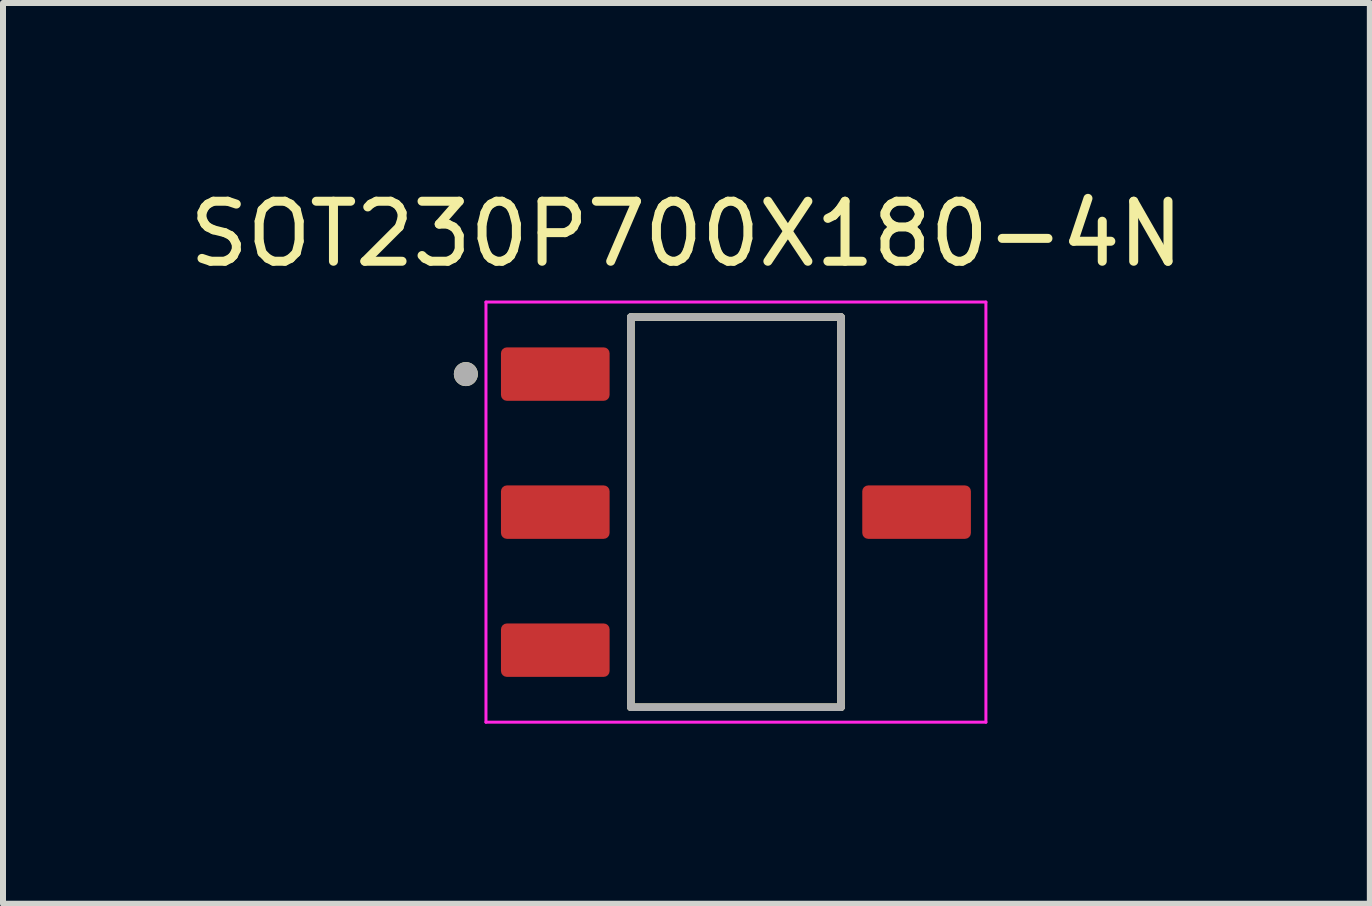
<source format=kicad_pcb>
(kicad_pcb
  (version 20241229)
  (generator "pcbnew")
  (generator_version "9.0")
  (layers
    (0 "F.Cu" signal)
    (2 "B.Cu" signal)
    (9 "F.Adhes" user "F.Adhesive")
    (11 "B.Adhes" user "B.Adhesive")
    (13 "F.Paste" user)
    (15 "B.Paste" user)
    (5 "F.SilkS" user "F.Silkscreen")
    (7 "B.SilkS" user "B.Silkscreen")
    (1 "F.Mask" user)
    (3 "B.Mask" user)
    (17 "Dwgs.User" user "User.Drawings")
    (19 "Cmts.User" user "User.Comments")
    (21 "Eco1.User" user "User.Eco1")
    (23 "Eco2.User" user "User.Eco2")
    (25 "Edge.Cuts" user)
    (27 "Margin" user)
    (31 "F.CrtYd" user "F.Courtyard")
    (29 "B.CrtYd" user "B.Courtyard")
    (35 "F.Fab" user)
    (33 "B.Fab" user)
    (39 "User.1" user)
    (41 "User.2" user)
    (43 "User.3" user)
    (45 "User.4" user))
  (footprint "SOT230P700X180-4N"
    (layer "F.Cu")
    (at 9.212 5.483)
    (property "Reference" "SOT230P700X180-4N" (at -0.825 -4.635 0) (layer "F.SilkS") (effects (font (size 1 1) (thickness 0.15))))
    (attr through_hole)
    (fp_line (start -1.75 -3.25) (end -1.75 3.25) (stroke (width 0.127) (type solid)) (layer "F.SilkS"))
    (fp_line (start -1.75 3.25) (end 1.75 3.25) (stroke (width 0.127) (type solid)) (layer "F.SilkS"))
    (fp_line (start 1.75 -3.25) (end -1.75 -3.25) (stroke (width 0.127) (type solid)) (layer "F.SilkS"))
    (fp_line (start 1.75 3.25) (end 1.75 -3.25) (stroke (width 0.127) (type solid)) (layer "F.SilkS"))
    (fp_circle (center -4.5 -2.3) (end -4.4 -2.3) (stroke (width 0.2) (type solid)) (fill no) (layer "F.SilkS"))
    (fp_line (start -4.165 -3.5) (end 4.165 -3.5) (stroke (width 0.05) (type solid)) (layer "F.CrtYd"))
    (fp_line (start -4.165 3.5) (end -4.165 -3.5) (stroke (width 0.05) (type solid)) (layer "F.CrtYd"))
    (fp_line (start 4.165 -3.5) (end 4.165 3.5) (stroke (width 0.05) (type solid)) (layer "F.CrtYd"))
    (fp_line (start 4.165 3.5) (end -4.165 3.5) (stroke (width 0.05) (type solid)) (layer "F.CrtYd"))
    (fp_line (start -1.75 -3.25) (end -1.75 3.25) (stroke (width 0.127) (type solid)) (layer "F.Fab"))
    (fp_line (start -1.75 3.25) (end 1.75 3.25) (stroke (width 0.127) (type solid)) (layer "F.Fab"))
    (fp_line (start 1.75 -3.25) (end -1.75 -3.25) (stroke (width 0.127) (type solid)) (layer "F.Fab"))
    (fp_line (start 1.75 3.25) (end 1.75 -3.25) (stroke (width 0.127) (type solid)) (layer "F.Fab"))
    (fp_circle (center -4.5 -2.3) (end -4.4 -2.3) (stroke (width 0.2) (type solid)) (fill no) (layer "F.Fab"))
    (pad "1" smd roundrect (at -3.01 -2.3) (size 1.81 0.89) (layers "F.Cu" "F.Mask" "F.Paste") (roundrect_rratio 0.11))
    (pad "2" smd roundrect (at -3.01 0) (size 1.81 0.89) (layers "F.Cu" "F.Mask" "F.Paste") (roundrect_rratio 0.11))
    (pad "3" smd roundrect (at -3.01 2.3) (size 1.81 0.89) (layers "F.Cu" "F.Mask" "F.Paste") (roundrect_rratio 0.11))
    (pad "4" smd roundrect (at 3.01 0) (size 1.81 0.89) (layers "F.Cu" "F.Mask" "F.Paste") (roundrect_rratio 0.11)))
  (gr_rect
    (start -3 -3)
    (end 19.774 12.008)
    (stroke (width 0.1) (type default))
    (fill no)
    (layer "Edge.Cuts")))
</source>
